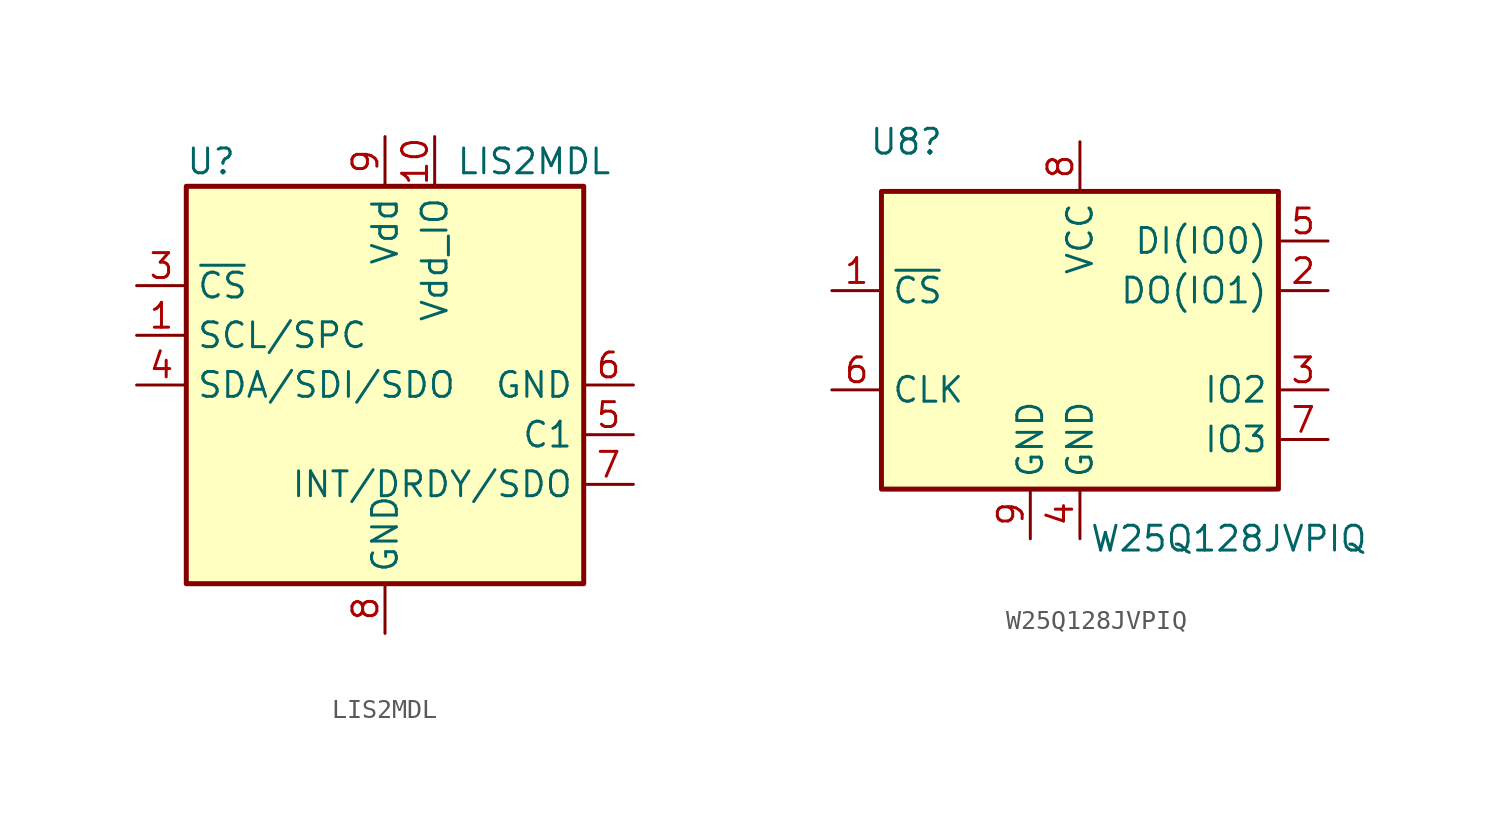
<source format=kicad_sym>
(kicad_symbol_lib
  (version 20220914)
  (generator kicad_symbol_editor)
  (symbol "LIS2MDL"
    (property "Reference" "U"
      (at -8.89 11.43 0)
      (effects (font (size 1.27 1.27))))
    (property "Value" "LIS2MDL"
      (at 7.62 11.43 0)
      (effects (font (size 1.27 1.27))))
    (symbol "LIS2MDL_0_1"
      (rectangle (start -10.16 10.16) (end 10.16 -10.16) (stroke (width 0.254) (type default)) (fill (type background))))
    (symbol "LIS2MDL_1_1"
      (pin input line (at -12.7 2.54 0) (length 2.54) (name "SCL/SPC" (effects (font (size 1.27 1.27)))) (number "1" (effects (font (size 1.27 1.27)))))
      (pin power_in line (at 2.54 12.7 270) (length 2.54) (name "Vdd_IO" (effects (font (size 1.27 1.27)))) (number "10" (effects (font (size 1.27 1.27)))))
      (pin input line (at -12.7 5.08 0) (length 2.54) (name "~{CS}" (effects (font (size 1.27 1.27)))) (number "3" (effects (font (size 1.27 1.27)))))
      (pin bidirectional line (at -12.7 0 0) (length 2.54) (name "SDA/SDI/SDO" (effects (font (size 1.27 1.27)))) (number "4" (effects (font (size 1.27 1.27)))))
      (pin power_out line (at 12.7 -2.54 180) (length 2.54) (name "C1" (effects (font (size 1.27 1.27)))) (number "5" (effects (font (size 1.27 1.27)))))
      (pin passive line (at 12.7 0 180) (length 2.54) (name "GND" (effects (font (size 1.27 1.27)))) (number "6" (effects (font (size 1.27 1.27)))))
      (pin output line (at 12.7 -5.08 180) (length 2.54) (name "INT/DRDY/SDO" (effects (font (size 1.27 1.27)))) (number "7" (effects (font (size 1.27 1.27)))))
      (pin power_in line (at 0 -12.7 90) (length 2.54) (name "GND" (effects (font (size 1.27 1.27)))) (number "8" (effects (font (size 1.27 1.27)))))
      (pin power_in line (at 0 12.7 270) (length 2.54) (name "Vdd" (effects (font (size 1.27 1.27)))) (number "9" (effects (font (size 1.27 1.27)))))))
  (symbol "W25Q128JVPIQ"
    (property "Reference" "U8"
      (at -8.89 10.16 0)
      (effects (font (size 1.27 1.27))))
    (property "Value" "W25Q128JVPIQ"
      (at 7.62 -10.16 0)
      (effects (font (size 1.27 1.27))))
    (symbol "W25Q128JVPIQ_0_1"
      (rectangle (start -10.16 7.62) (end 10.16 -7.62) (stroke (width 0.254) (type default)) (fill (type background))))
    (symbol "W25Q128JVPIQ_1_1"
      (pin input line (at -12.7 2.54 0) (length 2.54) (name "~{CS}" (effects (font (size 1.27 1.27)))) (number "1" (effects (font (size 1.27 1.27)))))
      (pin bidirectional line (at 12.7 2.54 180) (length 2.54) (name "DO(IO1)" (effects (font (size 1.27 1.27)))) (number "2" (effects (font (size 1.27 1.27)))))
      (pin bidirectional line (at 12.7 -2.54 180) (length 2.54) (name "IO2" (effects (font (size 1.27 1.27)))) (number "3" (effects (font (size 1.27 1.27)))))
      (pin power_in line (at 0 -10.16 90) (length 2.54) (name "GND" (effects (font (size 1.27 1.27)))) (number "4" (effects (font (size 1.27 1.27)))))
      (pin bidirectional line (at 12.7 5.08 180) (length 2.54) (name "DI(IO0)" (effects (font (size 1.27 1.27)))) (number "5" (effects (font (size 1.27 1.27)))))
      (pin input line (at -12.7 -2.54 0) (length 2.54) (name "CLK" (effects (font (size 1.27 1.27)))) (number "6" (effects (font (size 1.27 1.27)))))
      (pin bidirectional line (at 12.7 -5.08 180) (length 2.54) (name "IO3" (effects (font (size 1.27 1.27)))) (number "7" (effects (font (size 1.27 1.27)))))
      (pin power_in line (at 0 10.16 270) (length 2.54) (name "VCC" (effects (font (size 1.27 1.27)))) (number "8" (effects (font (size 1.27 1.27)))))
      (pin power_in line (at -2.54 -10.16 90) (length 2.54) (name "GND" (effects (font (size 1.27 1.27)))) (number "9" (effects (font (size 1.27 1.27))))))))
</source>
